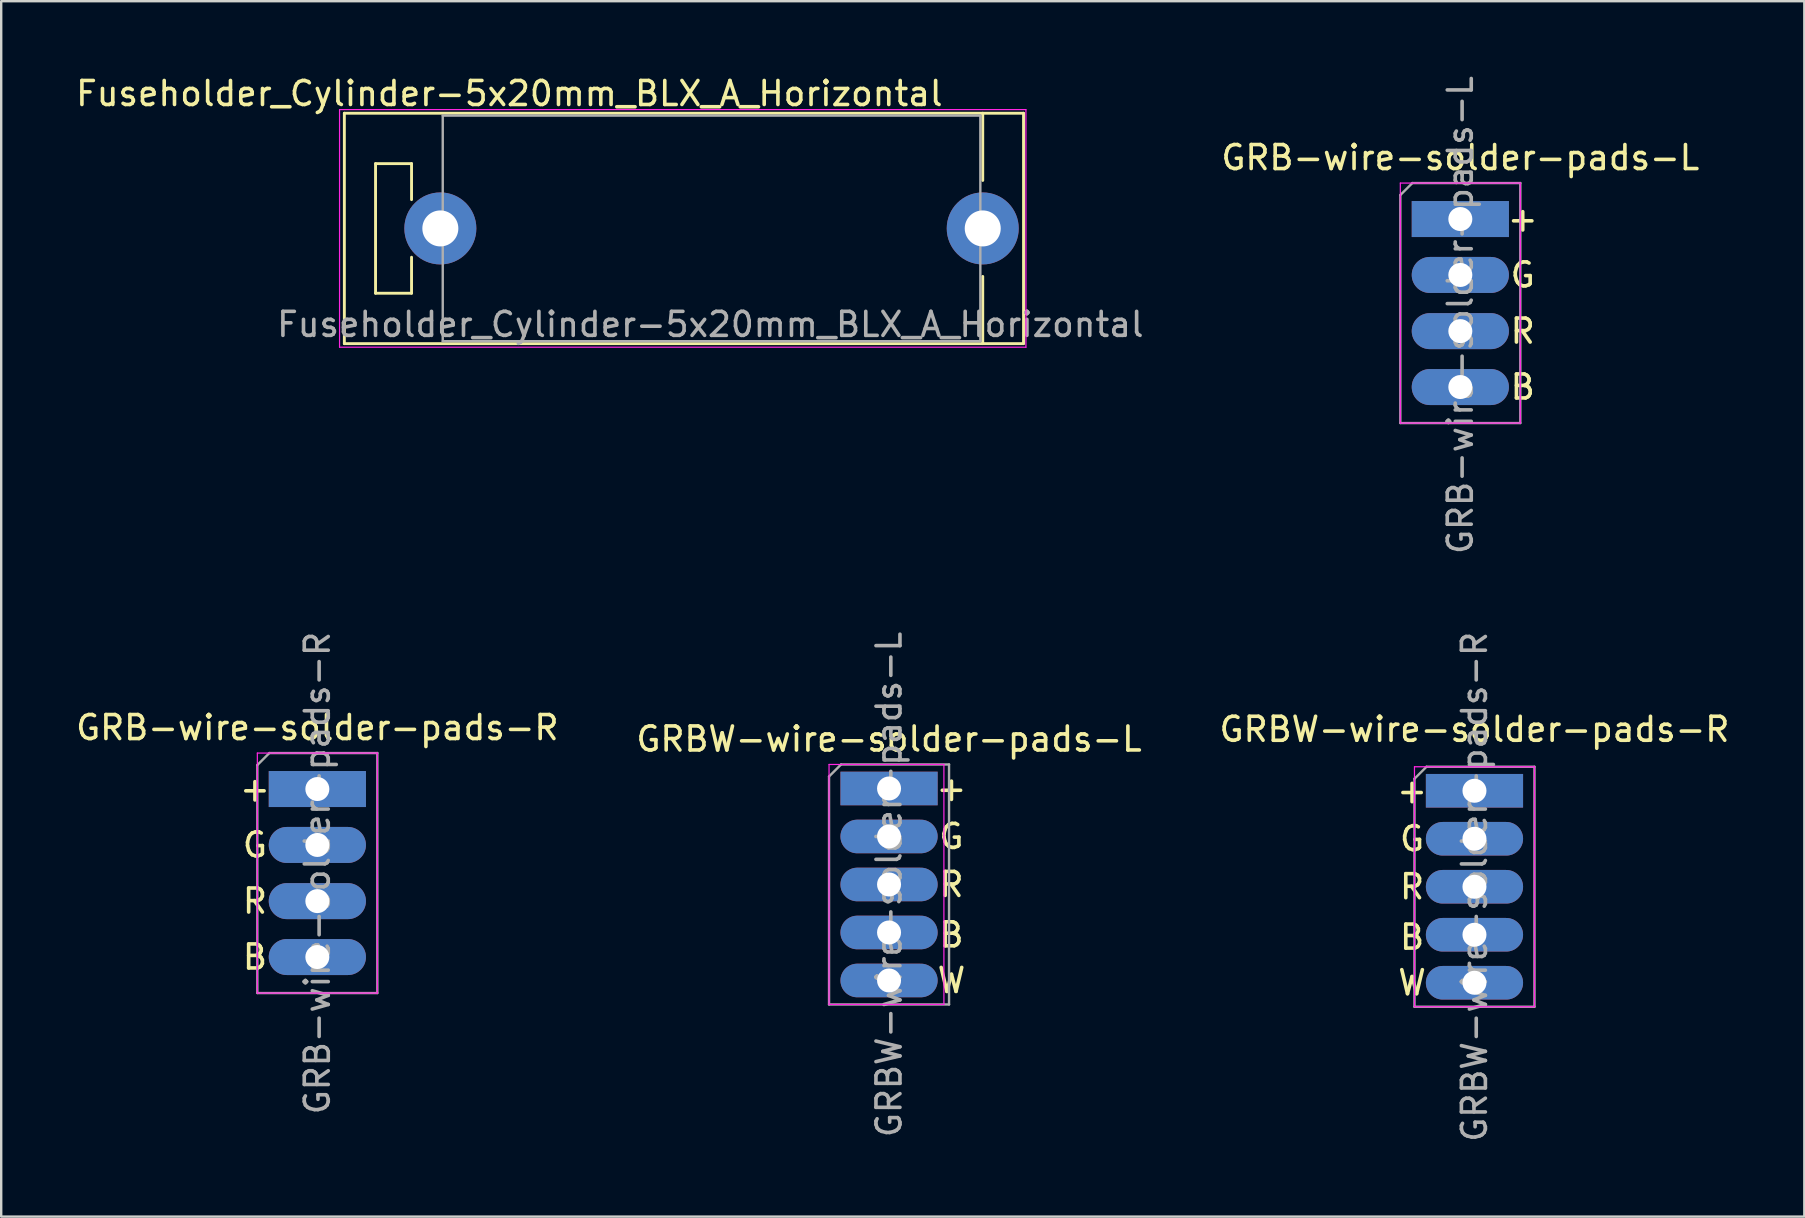
<source format=kicad_pcb>
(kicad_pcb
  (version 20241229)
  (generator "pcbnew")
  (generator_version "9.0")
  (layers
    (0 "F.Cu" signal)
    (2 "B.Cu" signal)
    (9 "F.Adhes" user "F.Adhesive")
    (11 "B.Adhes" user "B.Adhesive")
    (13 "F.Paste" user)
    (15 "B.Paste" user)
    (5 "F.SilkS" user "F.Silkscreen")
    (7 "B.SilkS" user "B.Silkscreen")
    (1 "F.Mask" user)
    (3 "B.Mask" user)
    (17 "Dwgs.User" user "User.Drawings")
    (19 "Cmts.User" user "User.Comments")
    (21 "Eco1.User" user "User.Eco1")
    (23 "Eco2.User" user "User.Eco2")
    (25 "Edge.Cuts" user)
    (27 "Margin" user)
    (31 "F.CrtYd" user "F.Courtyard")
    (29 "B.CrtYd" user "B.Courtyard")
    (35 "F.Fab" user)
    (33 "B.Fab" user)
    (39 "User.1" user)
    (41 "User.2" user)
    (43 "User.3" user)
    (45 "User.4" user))
  (footprint "GRB-wire-solder-pads-L"
    (layer "F.Cu")
    (at 57.798 6.077)
    (property "Reference" "GRB-wire-solder-pads-L" (at 0 -2.56 0) (layer "F.SilkS") (effects (font (size 1 1) (thickness 0.15))))
    (attr through_hole)
    (fp_line (start -2.5 -1.5) (end -2.5 8.5) (stroke (width 0.05) (type solid)) (layer "F.CrtYd"))
    (fp_line (start -2.5 8.5) (end 2.5 8.5) (stroke (width 0.05) (type solid)) (layer "F.CrtYd"))
    (fp_line (start 2.5 -1.5) (end -2.5 -1.5) (stroke (width 0.05) (type solid)) (layer "F.CrtYd"))
    (fp_line (start 2.5 8.5) (end 2.5 -1.5) (stroke (width 0.05) (type solid)) (layer "F.CrtYd"))
    (fp_line (start -2.5 -1) (end -2 -1.5) (stroke (width 0.1) (type solid)) (layer "F.Fab"))
    (fp_line (start -2.5 8.5) (end -2.5 -1) (stroke (width 0.1) (type solid)) (layer "F.Fab"))
    (fp_line (start -2 -1.5) (end 2.5 -1.5) (stroke (width 0.1) (type solid)) (layer "F.Fab"))
    (fp_line (start 2.5 -1.5) (end 2.5 8.5) (stroke (width 0.1) (type solid)) (layer "F.Fab"))
    (fp_line (start 2.5 8.5) (end -2.5 8.5) (stroke (width 0.1) (type solid)) (layer "F.Fab"))
    (fp_text user "G" (at 2.6 2.33 0) (layer "F.SilkS") (effects (font (size 1 1) (thickness 0.15))))
    (fp_text user "R" (at 2.6 4.67 0) (layer "F.SilkS") (effects (font (size 1 1) (thickness 0.15))))
    (fp_text user "B" (at 2.6 7 0) (layer "F.SilkS") (effects (font (size 1 1) (thickness 0.15))))
    (fp_text user "+" (at 2.6 0 0) (layer "F.SilkS") (effects (font (size 1 1) (thickness 0.15))))
    (fp_text user "${REFERENCE}" (at 0 4 90) (layer "F.Fab") (effects (font (size 1 1) (thickness 0.15))))
    (pad "+" thru_hole rect (at 0 0) (size 4.05 1.5) (drill 1) (layers "*.Cu" "*.Mask"))
    (pad "B" thru_hole oval (at 0 7) (size 4.05 1.5) (drill 1) (layers "*.Cu" "*.Mask"))
    (pad "G" thru_hole oval (at 0 2.33) (size 4.05 1.5) (drill 1) (layers "*.Cu" "*.Mask"))
    (pad "R" thru_hole oval (at 0 4.67) (size 4.05 1.5) (drill 1) (layers "*.Cu" "*.Mask")))
  (footprint "GRBW-wire-solder-pads-R"
    (layer "F.Cu")
    (at 58.387 29.899)
    (property "Reference" "GRBW-wire-solder-pads-R" (at 0 -2.56 0) (layer "F.SilkS") (effects (font (size 1 1) (thickness 0.15))))
    (attr through_hole)
    (fp_line (start -2.5 -1) (end -2.5 9) (stroke (width 0.05) (type solid)) (layer "F.CrtYd"))
    (fp_line (start -2.5 9) (end 2.5 9) (stroke (width 0.05) (type solid)) (layer "F.CrtYd"))
    (fp_line (start 2.5 -1) (end -2.5 -1) (stroke (width 0.05) (type solid)) (layer "F.CrtYd"))
    (fp_line (start 2.5 9) (end 2.5 -1) (stroke (width 0.05) (type solid)) (layer "F.CrtYd"))
    (fp_line (start -2.5 -0.5) (end -2 -1) (stroke (width 0.1) (type solid)) (layer "F.Fab"))
    (fp_line (start -2.5 9) (end -2.5 -0.5) (stroke (width 0.1) (type solid)) (layer "F.Fab"))
    (fp_line (start -2 -1) (end 2.5 -1) (stroke (width 0.1) (type solid)) (layer "F.Fab"))
    (fp_line (start 2.5 -1) (end 2.5 9) (stroke (width 0.1) (type solid)) (layer "F.Fab"))
    (fp_line (start 2.5 9) (end -2.5 9) (stroke (width 0.1) (type solid)) (layer "F.Fab"))
    (fp_text user "G" (at -2.6 2 0) (layer "F.SilkS") (effects (font (size 1 1) (thickness 0.15))))
    (fp_text user "R" (at -2.6 4 0) (layer "F.SilkS") (effects (font (size 1 1) (thickness 0.15))))
    (fp_text user "B" (at -2.6 6.1 0) (layer "F.SilkS") (effects (font (size 1 1) (thickness 0.15))))
    (fp_text user "W" (at -2.6 8 0) (layer "F.SilkS") (effects (font (size 1 1) (thickness 0.15))))
    (fp_text user "+" (at -2.6 0 0) (layer "F.SilkS") (effects (font (size 1 1) (thickness 0.15))))
    (fp_text user "${REFERENCE}" (at 0 4 90) (layer "F.Fab") (effects (font (size 1 1) (thickness 0.15))))
    (pad "+" thru_hole rect (at 0 0) (size 4.05 1.4) (drill 1) (layers "*.Cu" "*.Mask"))
    (pad "B" thru_hole oval (at 0 6) (size 4.05 1.4) (drill 1) (layers "*.Cu" "*.Mask"))
    (pad "G" thru_hole oval (at 0 2) (size 4.05 1.4) (drill 1) (layers "*.Cu" "*.Mask"))
    (pad "R" thru_hole oval (at 0 4) (size 4.05 1.4) (drill 1) (layers "*.Cu" "*.Mask"))
    (pad "W" thru_hole oval (at 0 8) (size 4.05 1.4) (drill 1) (layers "*.Cu" "*.Mask")))
  (footprint "GRB-wire-solder-pads-R"
    (layer "F.Cu")
    (at 10.173 29.827)
    (property "Reference" "GRB-wire-solder-pads-R" (at 0 -2.56 0) (layer "F.SilkS") (effects (font (size 1 1) (thickness 0.15))))
    (attr through_hole)
    (fp_line (start -2.5 -1.5) (end -2.5 8.5) (stroke (width 0.05) (type solid)) (layer "F.CrtYd"))
    (fp_line (start -2.5 8.5) (end 2.5 8.5) (stroke (width 0.05) (type solid)) (layer "F.CrtYd"))
    (fp_line (start 2.5 -1.5) (end -2.5 -1.5) (stroke (width 0.05) (type solid)) (layer "F.CrtYd"))
    (fp_line (start 2.5 8.5) (end 2.5 -1.5) (stroke (width 0.05) (type solid)) (layer "F.CrtYd"))
    (fp_line (start -2.5 -1) (end -2 -1.5) (stroke (width 0.1) (type solid)) (layer "F.Fab"))
    (fp_line (start -2.5 8.5) (end -2.5 -1) (stroke (width 0.1) (type solid)) (layer "F.Fab"))
    (fp_line (start -2 -1.5) (end 2.5 -1.5) (stroke (width 0.1) (type solid)) (layer "F.Fab"))
    (fp_line (start 2.5 -1.5) (end 2.5 8.5) (stroke (width 0.1) (type solid)) (layer "F.Fab"))
    (fp_line (start 2.5 8.5) (end -2.5 8.5) (stroke (width 0.1) (type solid)) (layer "F.Fab"))
    (fp_text user "B" (at -2.6 7 0) (layer "F.SilkS") (effects (font (size 1 1) (thickness 0.15))))
    (fp_text user "G" (at -2.6 2.33 0) (layer "F.SilkS") (effects (font (size 1 1) (thickness 0.15))))
    (fp_text user "R" (at -2.6 4.67 0) (layer "F.SilkS") (effects (font (size 1 1) (thickness 0.15))))
    (fp_text user "+" (at -2.6 0 0) (layer "F.SilkS") (effects (font (size 1 1) (thickness 0.15))))
    (fp_text user "${REFERENCE}" (at 0 3.5 90) (layer "F.Fab") (effects (font (size 1 1) (thickness 0.15))))
    (pad "+" thru_hole rect (at 0 0) (size 4.05 1.5) (drill 1) (layers "*.Cu" "*.Mask"))
    (pad "B" thru_hole oval (at 0 7) (size 4.05 1.5) (drill 1) (layers "*.Cu" "*.Mask"))
    (pad "G" thru_hole oval (at 0 2.33) (size 4.05 1.5) (drill 1) (layers "*.Cu" "*.Mask"))
    (pad "R" thru_hole oval (at 0 4.67) (size 4.05 1.5) (drill 1) (layers "*.Cu" "*.Mask")))
  (footprint "Fuseholder_Cylinder-5x20mm_BLX_A_Horizontal"
    (layer "F.Cu")
    (at 15.298 6.468)
    (property "Reference" "Fuseholder_Cylinder-5x20mm_BLX_A_Horizontal" (at 2.875 -5.62 0) (layer "F.SilkS") (effects (font (size 1 1) (thickness 0.15))))
    (attr through_hole)
    (fp_line (start -4 -4.8) (end 24.3 -4.8) (stroke (width 0.12) (type solid)) (layer "F.SilkS"))
    (fp_line (start -4 4.8) (end -4 -4.8) (stroke (width 0.12) (type solid)) (layer "F.SilkS"))
    (fp_line (start -4 4.8) (end 24.3 4.8) (stroke (width 0.12) (type solid)) (layer "F.SilkS"))
    (fp_line (start -2.7 -2.7) (end -2.7 2.7) (stroke (width 0.12) (type solid)) (layer "F.SilkS"))
    (fp_line (start -2.7 -2.7) (end -1.2 -2.7) (stroke (width 0.12) (type solid)) (layer "F.SilkS"))
    (fp_line (start -2.7 2.7) (end -1.2 2.7) (stroke (width 0.12) (type solid)) (layer "F.SilkS"))
    (fp_line (start -1.2 -2.7) (end -1.2 -1.2) (stroke (width 0.12) (type solid)) (layer "F.SilkS"))
    (fp_line (start -1.2 2.7) (end -1.2 1.2) (stroke (width 0.12) (type solid)) (layer "F.SilkS"))
    (fp_line (start 22.6 -2) (end 22.6 -4.8) (stroke (width 0.12) (type solid)) (layer "F.SilkS"))
    (fp_line (start 22.6 4.8) (end 22.6 2) (stroke (width 0.12) (type solid)) (layer "F.SilkS"))
    (fp_line (start 24.3 4.8) (end 24.3 -4.8) (stroke (width 0.12) (type solid)) (layer "F.SilkS"))
    (fp_line (start -4.2 -4.95) (end 24.4 -4.95) (stroke (width 0.05) (type solid)) (layer "F.CrtYd"))
    (fp_line (start -4.2 4.95) (end -4.2 -4.95) (stroke (width 0.05) (type solid)) (layer "F.CrtYd"))
    (fp_line (start 24.4 -4.95) (end 24.4 4.95) (stroke (width 0.05) (type solid)) (layer "F.CrtYd"))
    (fp_line (start 24.4 4.95) (end -4.2 4.95) (stroke (width 0.05) (type solid)) (layer "F.CrtYd"))
    (fp_line (start 0.1 -4.7) (end 0.1 4.7) (stroke (width 0.1) (type solid)) (layer "F.Fab"))
    (fp_line (start 0.1 4.7) (end 22.5 4.7) (stroke (width 0.1) (type solid)) (layer "F.Fab"))
    (fp_line (start 22.5 -4.7) (end 0.1 -4.7) (stroke (width 0.1) (type solid)) (layer "F.Fab"))
    (fp_line (start 22.5 4.7) (end 22.5 -4.7) (stroke (width 0.1) (type solid)) (layer "F.Fab"))
    (fp_text user "${REFERENCE}" (at 11.25 4 180) (layer "F.Fab") (effects (font (size 1 1) (thickness 0.15))))
    (pad "1" thru_hole circle (at 0 0) (size 3 3) (drill 1.5) (layers "*.Cu" "*.Mask"))
    (pad "2" thru_hole circle (at 22.6 0) (size 3 3) (drill 1.5) (layers "*.Cu" "*.Mask")))
  (footprint "GRBW-wire-solder-pads-L"
    (layer "F.Cu")
    (at 33.994 29.804)
    (property "Reference" "GRBW-wire-solder-pads-L" (at 0 -2.06 0) (layer "F.SilkS") (effects (font (size 1 1) (thickness 0.15))))
    (attr through_hole)
    (fp_line (start -2.5 -1) (end -2.5 9) (stroke (width 0.05) (type solid)) (layer "F.CrtYd"))
    (fp_line (start -2.5 9) (end 2.286 9) (stroke (width 0.05) (type solid)) (layer "F.CrtYd"))
    (fp_line (start 2.286 -1) (end -2.5 -1) (stroke (width 0.05) (type solid)) (layer "F.CrtYd"))
    (fp_line (start 2.286 9) (end 2.286 -1) (stroke (width 0.05) (type solid)) (layer "F.CrtYd"))
    (fp_line (start -2.5 -0.5) (end -2 -1) (stroke (width 0.1) (type solid)) (layer "F.Fab"))
    (fp_line (start -2.5 9) (end -2.5 -0.5) (stroke (width 0.1) (type solid)) (layer "F.Fab"))
    (fp_line (start -2 -1) (end 2.5 -1) (stroke (width 0.1) (type solid)) (layer "F.Fab"))
    (fp_line (start 2.5 -1) (end 2.5 9) (stroke (width 0.1) (type solid)) (layer "F.Fab"))
    (fp_line (start 2.5 9) (end -2.5 9) (stroke (width 0.1) (type solid)) (layer "F.Fab"))
    (fp_text user "B" (at 2.6 6.1 0) (layer "F.SilkS") (effects (font (size 1 1) (thickness 0.15))))
    (fp_text user "G" (at 2.6 2 0) (layer "F.SilkS") (effects (font (size 1 1) (thickness 0.15))))
    (fp_text user "W" (at 2.6 8 0) (layer "F.SilkS") (effects (font (size 1 1) (thickness 0.15))))
    (fp_text user "+" (at 2.6 0 0) (layer "F.SilkS") (effects (font (size 1 1) (thickness 0.15))))
    (fp_text user "R" (at 2.6 4 0) (layer "F.SilkS") (effects (font (size 1 1) (thickness 0.15))))
    (fp_text user "${REFERENCE}" (at 0 4 90) (layer "F.Fab") (effects (font (size 1 1) (thickness 0.15))))
    (pad "+" thru_hole rect (at 0 0) (size 4.05 1.4) (drill 1) (layers "*.Cu" "*.Mask"))
    (pad "B" thru_hole oval (at 0 6) (size 4.05 1.4) (drill 1) (layers "*.Cu" "*.Mask"))
    (pad "G" thru_hole oval (at 0 2) (size 4.05 1.4) (drill 1) (layers "*.Cu" "*.Mask"))
    (pad "R" thru_hole oval (at 0 4) (size 4.05 1.4) (drill 1) (layers "*.Cu" "*.Mask"))
    (pad "W" thru_hole oval (at 0 8) (size 4.05 1.4) (drill 1) (layers "*.Cu" "*.Mask")))
  (gr_rect
    (start -3 -3)
    (end 72.131 47.643)
    (stroke (width 0.1) (type default))
    (fill no)
    (layer "Edge.Cuts")))
</source>
